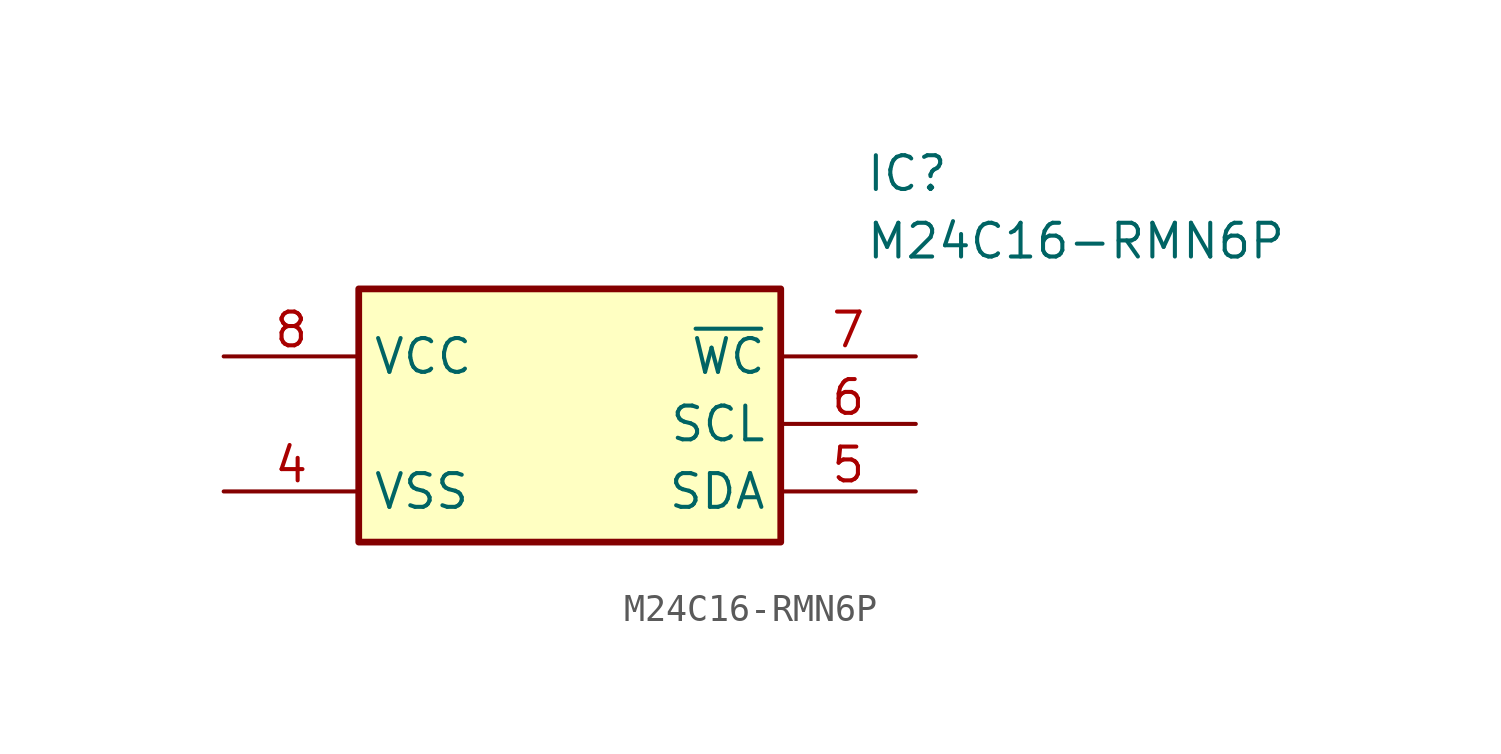
<source format=kicad_sym>
(kicad_symbol_lib
  (version 20220914)
  (generator kicad_symbol_editor)
  (symbol "M24C16-RMN6P"
    (property "Reference" "IC"
      (at 24.13 7.62 0)
      (effects (font (size 1.27 1.27)) (justify left top)))
    (property "Value" "M24C16-RMN6P"
      (at 24.13 5.08 0)
      (effects (font (size 1.27 1.27)) (justify left top)))
    (symbol "M24C16-RMN6P_1_1"
      (rectangle (start 5.08 2.54) (end 20.955 -6.985) (stroke (width 0.254) (type default)) (fill (type background)))
      (pin no_connect line (at 0 -2.54 0) (length 5.08) hide (name "NC_1" (effects (font (size 1.27 1.27)))) (number "1" (effects (font (size 1.27 1.27)))))
      (pin no_connect line (at 0 -2.54 0) (length 5.08) hide (name "NC_2" (effects (font (size 1.27 1.27)))) (number "2" (effects (font (size 1.27 1.27)))))
      (pin no_connect line (at 0 -2.54 0) (length 5.08) hide (name "NC_3" (effects (font (size 1.27 1.27)))) (number "3" (effects (font (size 1.27 1.27)))))
      (pin passive line (at 0 -5.08 0) (length 5.08) (name "VSS" (effects (font (size 1.27 1.27)))) (number "4" (effects (font (size 1.27 1.27)))))
      (pin passive line (at 26.035 -5.08 180) (length 5.08) (name "SDA" (effects (font (size 1.27 1.27)))) (number "5" (effects (font (size 1.27 1.27)))))
      (pin passive line (at 26.035 -2.54 180) (length 5.08) (name "SCL" (effects (font (size 1.27 1.27)))) (number "6" (effects (font (size 1.27 1.27)))))
      (pin passive line (at 26.035 0 180) (length 5.08) (name "~{WC}" (effects (font (size 1.27 1.27)))) (number "7" (effects (font (size 1.27 1.27)))))
      (pin passive line (at 0 0 0) (length 5.08) (name "VCC" (effects (font (size 1.27 1.27)))) (number "8" (effects (font (size 1.27 1.27))))))))
</source>
